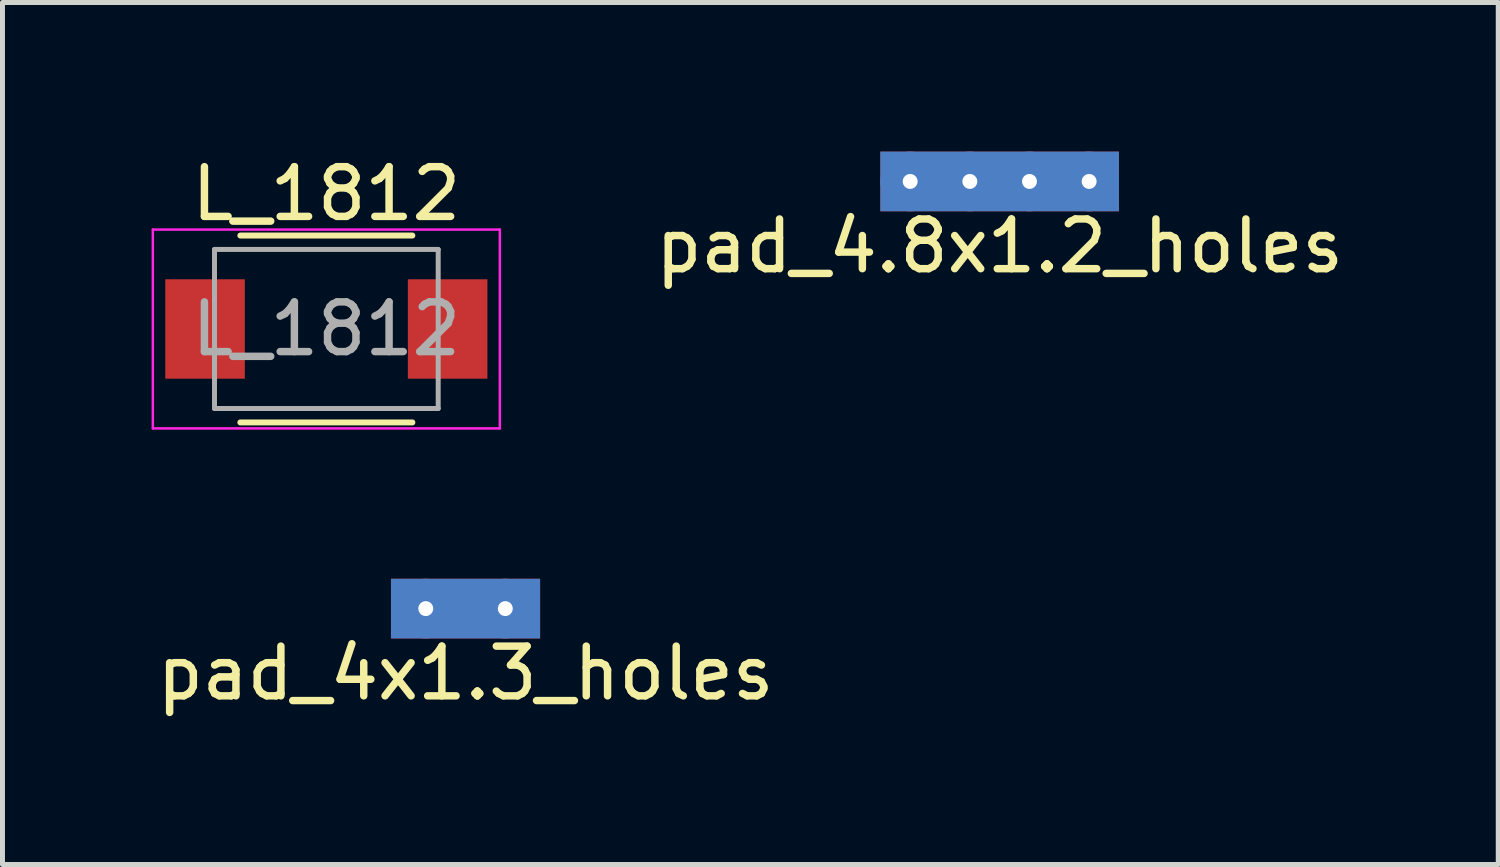
<source format=kicad_pcb>
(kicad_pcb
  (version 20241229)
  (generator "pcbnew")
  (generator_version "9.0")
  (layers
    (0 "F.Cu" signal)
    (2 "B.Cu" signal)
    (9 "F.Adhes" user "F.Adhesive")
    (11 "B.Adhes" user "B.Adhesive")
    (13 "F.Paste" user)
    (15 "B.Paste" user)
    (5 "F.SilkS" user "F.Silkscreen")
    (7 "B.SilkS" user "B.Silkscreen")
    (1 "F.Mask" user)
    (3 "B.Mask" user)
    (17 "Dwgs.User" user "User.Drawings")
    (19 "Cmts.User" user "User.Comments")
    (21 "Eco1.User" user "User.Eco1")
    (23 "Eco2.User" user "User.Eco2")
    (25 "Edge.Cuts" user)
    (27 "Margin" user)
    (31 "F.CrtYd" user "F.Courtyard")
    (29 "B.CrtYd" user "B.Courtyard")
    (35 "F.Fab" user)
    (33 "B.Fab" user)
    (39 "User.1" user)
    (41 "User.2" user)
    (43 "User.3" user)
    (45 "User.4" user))
  (footprint "pad_4x1.3_holes"
    (layer "F.Cu")
    (at 6.315 9.193)
    (property "Reference" "pad_4x1.3_holes" (at 0 1.3 0) (layer "F.SilkS") (effects (font (size 1 1) (thickness 0.15))))
    (attr through_hole)
    (pad "1" smd rect (at 0 0) (size 3 1.2) (layers "F.Cu" "F.Mask" "F.Paste"))
    (pad "2" smd rect (at 0 0) (size 3 1.2) (layers "F.Mask" "B.Cu" "F.Paste"))
    (pad "3" thru_hole circle (at 0.8 0) (size 1.2 1.2) (drill 0.3) (layers "*.Cu" "*.Mask"))
    (pad "4" thru_hole circle (at -0.8 0) (size 1.2 1.2) (drill 0.3) (layers "*.Cu" "*.Mask")))
  (footprint "L_1812"
    (layer "F.Cu")
    (at 3.515 3.568)
    (property "Reference" "L_1812" (at 0 -2.72 0) (layer "F.SilkS") (effects (font (size 1 1) (thickness 0.15))))
    (attr smd)
    (fp_line (start -1.73 -1.88) (end 1.73 -1.88) (stroke (width 0.12) (type solid)) (layer "F.SilkS"))
    (fp_line (start -1.73 1.88) (end 1.73 1.88) (stroke (width 0.12) (type solid)) (layer "F.SilkS"))
    (fp_line (start -3.49 -2) (end -3.49 2) (stroke (width 0.05) (type solid)) (layer "F.CrtYd"))
    (fp_line (start -3.49 -2) (end 3.49 -2) (stroke (width 0.05) (type solid)) (layer "F.CrtYd"))
    (fp_line (start 3.49 2) (end -3.49 2) (stroke (width 0.05) (type solid)) (layer "F.CrtYd"))
    (fp_line (start 3.49 2) (end 3.49 -2) (stroke (width 0.05) (type solid)) (layer "F.CrtYd"))
    (fp_line (start -2.25 -1.6) (end 2.25 -1.6) (stroke (width 0.1) (type solid)) (layer "F.Fab"))
    (fp_line (start -2.25 1.6) (end -2.25 -1.6) (stroke (width 0.1) (type solid)) (layer "F.Fab"))
    (fp_line (start 2.25 -1.6) (end 2.25 1.6) (stroke (width 0.1) (type solid)) (layer "F.Fab"))
    (fp_line (start 2.25 1.6) (end -2.25 1.6) (stroke (width 0.1) (type solid)) (layer "F.Fab"))
    (fp_text user "${REFERENCE}" (at 0 0 0) (layer "F.Fab") (effects (font (size 1 1) (thickness 0.15))))
    (pad "1" smd rect (at -2.44 0) (size 1.6 2) (layers "F.Cu" "F.Mask" "F.Paste"))
    (pad "2" smd rect (at 2.44 0) (size 1.6 2) (layers "F.Cu" "F.Mask" "F.Paste")))
  (footprint "pad_4.8x1.2_holes"
    (layer "F.Cu")
    (at 17.06 0.6)
    (property "Reference" "pad_4.8x1.2_holes" (at 0 1.3 0) (layer "F.SilkS") (effects (font (size 1 1) (thickness 0.15))))
    (attr through_hole)
    (pad "1" smd rect (at 0 0) (size 4.8 1.2) (layers "F.Cu" "F.Mask" "F.Paste"))
    (pad "2" smd rect (at 0 0) (size 4.8 1.2) (layers "F.Mask" "B.Cu" "F.Paste"))
    (pad "3" thru_hole circle (at 1.8 0) (size 1.2 1.2) (drill 0.3) (layers "*.Cu" "*.Mask"))
    (pad "4" thru_hole circle (at 0.6 0) (size 1.2 1.2) (drill 0.3) (layers "*.Cu" "*.Mask"))
    (pad "5" thru_hole circle (at -0.6 0) (size 1.2 1.2) (drill 0.3) (layers "*.Cu" "*.Mask"))
    (pad "6" thru_hole circle (at -1.8 0) (size 1.2 1.2) (drill 0.3) (layers "*.Cu" "*.Mask")))
  (gr_rect
    (start -3 -3)
    (end 27.09 14.341)
    (stroke (width 0.1) (type default))
    (fill no)
    (layer "Edge.Cuts")))
</source>
